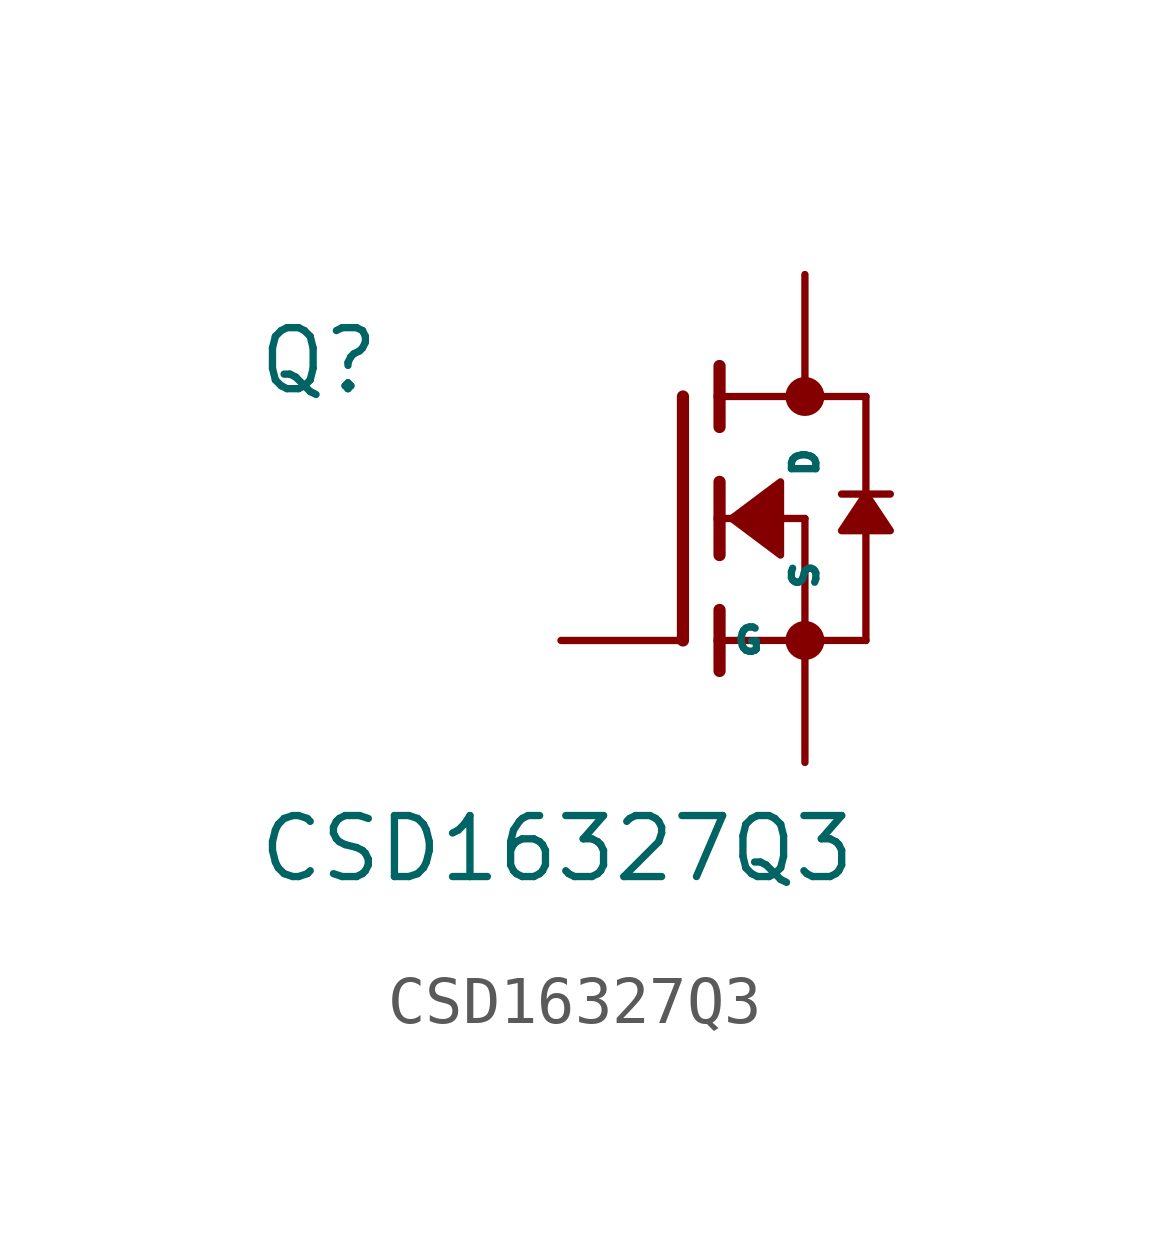
<source format=kicad_sym>
(kicad_symbol_lib
  (version 20231120)
  (generator "kicad_symbol_editor")
  (generator_version "8.0")
  (symbol "CSD16327Q3"
    (pin_numbers hide)
    (pin_names
      (offset 1.016))
    (property "Reference" "Q"
      (at -8.89 2.54 0)
      (effects (font (size 1.27 1.27)) (justify left bottom)))
    (property "Value" "CSD16327Q3"
      (at -8.89 -7.62 0)
      (effects (font (size 1.27 1.27)) (justify left bottom)))
    (symbol "CSD16327Q3_0_0"
      (polyline (pts (xy 0 2.54) (xy 0 -2.54)) (stroke (width 0.254) (type default)) (fill (type none)))
      (polyline (pts (xy 0.762 -2.54) (xy 0.762 -3.175)) (stroke (width 0.254) (type default)) (fill (type none)))
      (polyline (pts (xy 0.762 -1.905) (xy 0.762 -2.54)) (stroke (width 0.254) (type default)) (fill (type none)))
      (polyline (pts (xy 0.762 0) (xy 0.762 -0.762)) (stroke (width 0.254) (type default)) (fill (type none)))
      (polyline (pts (xy 0.762 0) (xy 2.54 0)) (stroke (width 0.152) (type default)) (fill (type none)))
      (polyline (pts (xy 0.762 0.762) (xy 0.762 0)) (stroke (width 0.254) (type default)) (fill (type none)))
      (polyline (pts (xy 0.762 2.54) (xy 0.762 1.905)) (stroke (width 0.254) (type default)) (fill (type none)))
      (polyline (pts (xy 0.762 2.54) (xy 3.81 2.54)) (stroke (width 0.152) (type default)) (fill (type none)))
      (polyline (pts (xy 0.762 3.175) (xy 0.762 2.54)) (stroke (width 0.254) (type default)) (fill (type none)))
      (polyline (pts (xy 2.54 -2.54) (xy 0.762 -2.54)) (stroke (width 0.152) (type default)) (fill (type none)))
      (polyline (pts (xy 2.54 -2.54) (xy 3.81 -2.54)) (stroke (width 0.152) (type default)) (fill (type none)))
      (polyline (pts (xy 2.54 0) (xy 2.54 -2.54)) (stroke (width 0.152) (type default)) (fill (type none)))
      (polyline (pts (xy 3.81 0.508) (xy 3.302 0.508)) (stroke (width 0.152) (type default)) (fill (type none)))
      (polyline (pts (xy 3.81 0.508) (xy 3.81 -2.54)) (stroke (width 0.152) (type default)) (fill (type none)))
      (polyline (pts (xy 3.81 2.54) (xy 3.81 0.508)) (stroke (width 0.152) (type default)) (fill (type none)))
      (polyline (pts (xy 4.318 0.508) (xy 3.81 0.508)) (stroke (width 0.152) (type default)) (fill (type none)))
      (polyline (pts (xy 1.016 0) (xy 2.032 0.762) (xy 2.032 -0.762) (xy 1.016 0)) (stroke (width 0.152) (type default)) (fill (type outline)))
      (polyline (pts (xy 3.81 0.508) (xy 3.302 -0.254) (xy 4.318 -0.254) (xy 3.81 0.508)) (stroke (width 0.152) (type default)) (fill (type outline)))
      (circle (center 2.54 -2.54) (radius 0.203) (stroke (width 0.406) (type default)) (fill (type none)))
      (circle (center 2.54 2.54) (radius 0.203) (stroke (width 0.406) (type default)) (fill (type none))))
    (symbol "CSD16327Q3_1_0"
      (pin passive line (at 2.54 -5.08 90) (length 2.54) (name "S" (effects (font (size 0.508 0.508)))) (number "1" (effects (font (size 0.508 0.508)))))
      (pin passive line (at 2.54 -5.08 90) (length 2.54) hide (name "S" (effects (font (size 0.508 0.508)))) (number "2" (effects (font (size 0.508 0.508)))))
      (pin passive line (at 2.54 -5.08 90) (length 2.54) hide (name "S" (effects (font (size 0.508 0.508)))) (number "3" (effects (font (size 0.508 0.508)))))
      (pin passive line (at -2.54 -2.54 0) (length 2.54) (name "G" (effects (font (size 0.508 0.508)))) (number "4" (effects (font (size 0.508 0.508)))))
      (pin passive line (at 2.54 5.08 270) (length 2.54) (name "D" (effects (font (size 0.508 0.508)))) (number "5-8" (effects (font (size 0.508 0.508))))))))
</source>
